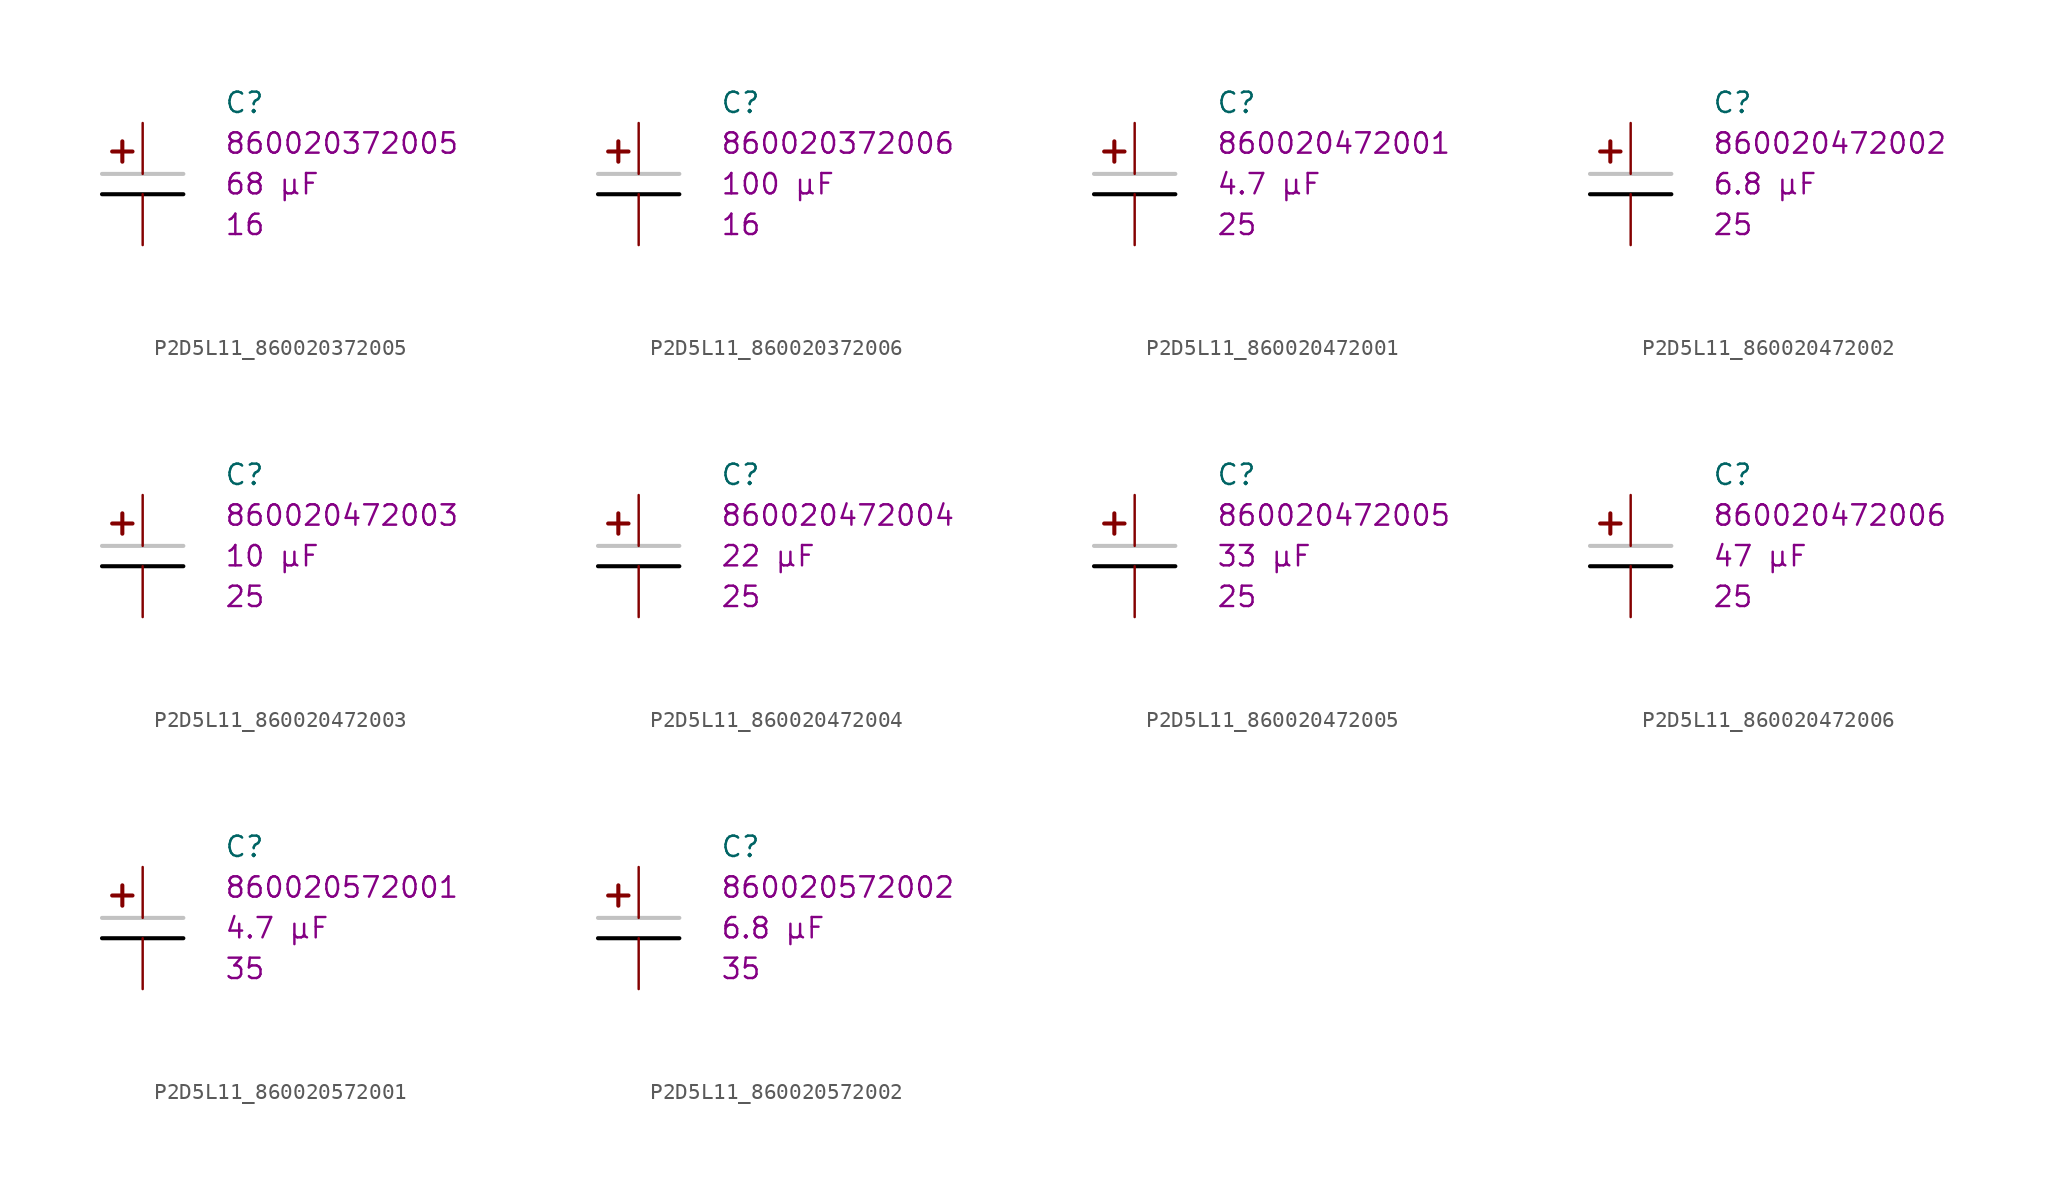
<source format=kicad_sym>
(kicad_symbol_lib
  (version 20220914)
  (generator kicad_symbol_editor)
  (symbol "P2D5L11_860020372005"
    (pin_numbers hide)
    (pin_names hide)
    (property "Reference" "C"
      (at 5.08 5.08 0)
      (effects (font (size 1.27 1.27)) (justify left)))
    (property "Part Number" "860020372005"
      (at 5.08 2.54 0)
      (effects (font (size 1.27 1.27)) (justify left)))
    (property "Capacitance" "68 µF"
      (at 5.08 0 0)
      (effects (font (size 1.27 1.27)) (justify left)))
    (property "Voltage" "16"
      (at 5.08 -2.54 0)
      (effects (font (size 1.27 1.27)) (justify left)))
    (property "Critical Parameter" ""
      (at 0 -7.62 0)
      (effects (font (size 1.27 1.27))))
    (symbol "P2D5L11_860020372005_1_1"
      (polyline (pts (xy -1.27 2.667) (xy -1.27 1.397)) (stroke (width 0.254) (type default)) (fill (type none)))
      (polyline (pts (xy -0.635 2.032) (xy -1.905 2.032)) (stroke (width 0.254) (type default)) (fill (type none)))
      (polyline (pts (xy 2.54 -0.635) (xy -2.54 -0.635)) (stroke (width 0.254) (type default) (color 0 0 0 1)) (fill (type none)))
      (polyline (pts (xy 2.54 0.635) (xy -2.54 0.635)) (stroke (width 0.254) (type default) (color 194 194 194 1)) (fill (type none)))
      (pin passive line (at 0 3.81 270) (length 3.175) (name "1" (effects (font (size 1.27 1.27)))) (number "1" (effects (font (size 1.27 1.27)))))
      (pin passive line (at 0 -3.81 90) (length 3.175) (name "2" (effects (font (size 1.27 1.27)))) (number "2" (effects (font (size 1.27 1.27)))))))
  (symbol "P2D5L11_860020372006"
    (pin_numbers hide)
    (pin_names hide)
    (property "Reference" "C"
      (at 5.08 5.08 0)
      (effects (font (size 1.27 1.27)) (justify left)))
    (property "Part Number" "860020372006"
      (at 5.08 2.54 0)
      (effects (font (size 1.27 1.27)) (justify left)))
    (property "Capacitance" "100 µF"
      (at 5.08 0 0)
      (effects (font (size 1.27 1.27)) (justify left)))
    (property "Voltage" "16"
      (at 5.08 -2.54 0)
      (effects (font (size 1.27 1.27)) (justify left)))
    (property "Critical Parameter" ""
      (at 0 -7.62 0)
      (effects (font (size 1.27 1.27))))
    (symbol "P2D5L11_860020372006_1_1"
      (polyline (pts (xy -1.27 2.667) (xy -1.27 1.397)) (stroke (width 0.254) (type default)) (fill (type none)))
      (polyline (pts (xy -0.635 2.032) (xy -1.905 2.032)) (stroke (width 0.254) (type default)) (fill (type none)))
      (polyline (pts (xy 2.54 -0.635) (xy -2.54 -0.635)) (stroke (width 0.254) (type default) (color 0 0 0 1)) (fill (type none)))
      (polyline (pts (xy 2.54 0.635) (xy -2.54 0.635)) (stroke (width 0.254) (type default) (color 194 194 194 1)) (fill (type none)))
      (pin passive line (at 0 3.81 270) (length 3.175) (name "1" (effects (font (size 1.27 1.27)))) (number "1" (effects (font (size 1.27 1.27)))))
      (pin passive line (at 0 -3.81 90) (length 3.175) (name "2" (effects (font (size 1.27 1.27)))) (number "2" (effects (font (size 1.27 1.27)))))))
  (symbol "P2D5L11_860020472001"
    (pin_numbers hide)
    (pin_names hide)
    (property "Reference" "C"
      (at 5.08 5.08 0)
      (effects (font (size 1.27 1.27)) (justify left)))
    (property "Part Number" "860020472001"
      (at 5.08 2.54 0)
      (effects (font (size 1.27 1.27)) (justify left)))
    (property "Capacitance" "4.7 µF"
      (at 5.08 0 0)
      (effects (font (size 1.27 1.27)) (justify left)))
    (property "Voltage" "25"
      (at 5.08 -2.54 0)
      (effects (font (size 1.27 1.27)) (justify left)))
    (property "Critical Parameter" ""
      (at 0 -7.62 0)
      (effects (font (size 1.27 1.27))))
    (symbol "P2D5L11_860020472001_1_1"
      (polyline (pts (xy -1.27 2.667) (xy -1.27 1.397)) (stroke (width 0.254) (type default)) (fill (type none)))
      (polyline (pts (xy -0.635 2.032) (xy -1.905 2.032)) (stroke (width 0.254) (type default)) (fill (type none)))
      (polyline (pts (xy 2.54 -0.635) (xy -2.54 -0.635)) (stroke (width 0.254) (type default) (color 0 0 0 1)) (fill (type none)))
      (polyline (pts (xy 2.54 0.635) (xy -2.54 0.635)) (stroke (width 0.254) (type default) (color 194 194 194 1)) (fill (type none)))
      (pin passive line (at 0 3.81 270) (length 3.175) (name "1" (effects (font (size 1.27 1.27)))) (number "1" (effects (font (size 1.27 1.27)))))
      (pin passive line (at 0 -3.81 90) (length 3.175) (name "2" (effects (font (size 1.27 1.27)))) (number "2" (effects (font (size 1.27 1.27)))))))
  (symbol "P2D5L11_860020472002"
    (pin_numbers hide)
    (pin_names hide)
    (property "Reference" "C"
      (at 5.08 5.08 0)
      (effects (font (size 1.27 1.27)) (justify left)))
    (property "Part Number" "860020472002"
      (at 5.08 2.54 0)
      (effects (font (size 1.27 1.27)) (justify left)))
    (property "Capacitance" "6.8 µF"
      (at 5.08 0 0)
      (effects (font (size 1.27 1.27)) (justify left)))
    (property "Voltage" "25"
      (at 5.08 -2.54 0)
      (effects (font (size 1.27 1.27)) (justify left)))
    (property "Critical Parameter" ""
      (at 0 -7.62 0)
      (effects (font (size 1.27 1.27))))
    (symbol "P2D5L11_860020472002_1_1"
      (polyline (pts (xy -1.27 2.667) (xy -1.27 1.397)) (stroke (width 0.254) (type default)) (fill (type none)))
      (polyline (pts (xy -0.635 2.032) (xy -1.905 2.032)) (stroke (width 0.254) (type default)) (fill (type none)))
      (polyline (pts (xy 2.54 -0.635) (xy -2.54 -0.635)) (stroke (width 0.254) (type default) (color 0 0 0 1)) (fill (type none)))
      (polyline (pts (xy 2.54 0.635) (xy -2.54 0.635)) (stroke (width 0.254) (type default) (color 194 194 194 1)) (fill (type none)))
      (pin passive line (at 0 3.81 270) (length 3.175) (name "1" (effects (font (size 1.27 1.27)))) (number "1" (effects (font (size 1.27 1.27)))))
      (pin passive line (at 0 -3.81 90) (length 3.175) (name "2" (effects (font (size 1.27 1.27)))) (number "2" (effects (font (size 1.27 1.27)))))))
  (symbol "P2D5L11_860020472003"
    (pin_numbers hide)
    (pin_names hide)
    (property "Reference" "C"
      (at 5.08 5.08 0)
      (effects (font (size 1.27 1.27)) (justify left)))
    (property "Part Number" "860020472003"
      (at 5.08 2.54 0)
      (effects (font (size 1.27 1.27)) (justify left)))
    (property "Capacitance" "10 µF"
      (at 5.08 0 0)
      (effects (font (size 1.27 1.27)) (justify left)))
    (property "Voltage" "25"
      (at 5.08 -2.54 0)
      (effects (font (size 1.27 1.27)) (justify left)))
    (property "Critical Parameter" ""
      (at 0 -7.62 0)
      (effects (font (size 1.27 1.27))))
    (symbol "P2D5L11_860020472003_1_1"
      (polyline (pts (xy -1.27 2.667) (xy -1.27 1.397)) (stroke (width 0.254) (type default)) (fill (type none)))
      (polyline (pts (xy -0.635 2.032) (xy -1.905 2.032)) (stroke (width 0.254) (type default)) (fill (type none)))
      (polyline (pts (xy 2.54 -0.635) (xy -2.54 -0.635)) (stroke (width 0.254) (type default) (color 0 0 0 1)) (fill (type none)))
      (polyline (pts (xy 2.54 0.635) (xy -2.54 0.635)) (stroke (width 0.254) (type default) (color 194 194 194 1)) (fill (type none)))
      (pin passive line (at 0 3.81 270) (length 3.175) (name "1" (effects (font (size 1.27 1.27)))) (number "1" (effects (font (size 1.27 1.27)))))
      (pin passive line (at 0 -3.81 90) (length 3.175) (name "2" (effects (font (size 1.27 1.27)))) (number "2" (effects (font (size 1.27 1.27)))))))
  (symbol "P2D5L11_860020472004"
    (pin_numbers hide)
    (pin_names hide)
    (property "Reference" "C"
      (at 5.08 5.08 0)
      (effects (font (size 1.27 1.27)) (justify left)))
    (property "Part Number" "860020472004"
      (at 5.08 2.54 0)
      (effects (font (size 1.27 1.27)) (justify left)))
    (property "Capacitance" "22 µF"
      (at 5.08 0 0)
      (effects (font (size 1.27 1.27)) (justify left)))
    (property "Voltage" "25"
      (at 5.08 -2.54 0)
      (effects (font (size 1.27 1.27)) (justify left)))
    (property "Critical Parameter" ""
      (at 0 -7.62 0)
      (effects (font (size 1.27 1.27))))
    (symbol "P2D5L11_860020472004_1_1"
      (polyline (pts (xy -1.27 2.667) (xy -1.27 1.397)) (stroke (width 0.254) (type default)) (fill (type none)))
      (polyline (pts (xy -0.635 2.032) (xy -1.905 2.032)) (stroke (width 0.254) (type default)) (fill (type none)))
      (polyline (pts (xy 2.54 -0.635) (xy -2.54 -0.635)) (stroke (width 0.254) (type default) (color 0 0 0 1)) (fill (type none)))
      (polyline (pts (xy 2.54 0.635) (xy -2.54 0.635)) (stroke (width 0.254) (type default) (color 194 194 194 1)) (fill (type none)))
      (pin passive line (at 0 3.81 270) (length 3.175) (name "1" (effects (font (size 1.27 1.27)))) (number "1" (effects (font (size 1.27 1.27)))))
      (pin passive line (at 0 -3.81 90) (length 3.175) (name "2" (effects (font (size 1.27 1.27)))) (number "2" (effects (font (size 1.27 1.27)))))))
  (symbol "P2D5L11_860020472005"
    (pin_numbers hide)
    (pin_names hide)
    (property "Reference" "C"
      (at 5.08 5.08 0)
      (effects (font (size 1.27 1.27)) (justify left)))
    (property "Part Number" "860020472005"
      (at 5.08 2.54 0)
      (effects (font (size 1.27 1.27)) (justify left)))
    (property "Capacitance" "33 µF"
      (at 5.08 0 0)
      (effects (font (size 1.27 1.27)) (justify left)))
    (property "Voltage" "25"
      (at 5.08 -2.54 0)
      (effects (font (size 1.27 1.27)) (justify left)))
    (property "Critical Parameter" ""
      (at 0 -7.62 0)
      (effects (font (size 1.27 1.27))))
    (symbol "P2D5L11_860020472005_1_1"
      (polyline (pts (xy -1.27 2.667) (xy -1.27 1.397)) (stroke (width 0.254) (type default)) (fill (type none)))
      (polyline (pts (xy -0.635 2.032) (xy -1.905 2.032)) (stroke (width 0.254) (type default)) (fill (type none)))
      (polyline (pts (xy 2.54 -0.635) (xy -2.54 -0.635)) (stroke (width 0.254) (type default) (color 0 0 0 1)) (fill (type none)))
      (polyline (pts (xy 2.54 0.635) (xy -2.54 0.635)) (stroke (width 0.254) (type default) (color 194 194 194 1)) (fill (type none)))
      (pin passive line (at 0 3.81 270) (length 3.175) (name "1" (effects (font (size 1.27 1.27)))) (number "1" (effects (font (size 1.27 1.27)))))
      (pin passive line (at 0 -3.81 90) (length 3.175) (name "2" (effects (font (size 1.27 1.27)))) (number "2" (effects (font (size 1.27 1.27)))))))
  (symbol "P2D5L11_860020472006"
    (pin_numbers hide)
    (pin_names hide)
    (property "Reference" "C"
      (at 5.08 5.08 0)
      (effects (font (size 1.27 1.27)) (justify left)))
    (property "Part Number" "860020472006"
      (at 5.08 2.54 0)
      (effects (font (size 1.27 1.27)) (justify left)))
    (property "Capacitance" "47 µF"
      (at 5.08 0 0)
      (effects (font (size 1.27 1.27)) (justify left)))
    (property "Voltage" "25"
      (at 5.08 -2.54 0)
      (effects (font (size 1.27 1.27)) (justify left)))
    (property "Critical Parameter" ""
      (at 0 -7.62 0)
      (effects (font (size 1.27 1.27))))
    (symbol "P2D5L11_860020472006_1_1"
      (polyline (pts (xy -1.27 2.667) (xy -1.27 1.397)) (stroke (width 0.254) (type default)) (fill (type none)))
      (polyline (pts (xy -0.635 2.032) (xy -1.905 2.032)) (stroke (width 0.254) (type default)) (fill (type none)))
      (polyline (pts (xy 2.54 -0.635) (xy -2.54 -0.635)) (stroke (width 0.254) (type default) (color 0 0 0 1)) (fill (type none)))
      (polyline (pts (xy 2.54 0.635) (xy -2.54 0.635)) (stroke (width 0.254) (type default) (color 194 194 194 1)) (fill (type none)))
      (pin passive line (at 0 3.81 270) (length 3.175) (name "1" (effects (font (size 1.27 1.27)))) (number "1" (effects (font (size 1.27 1.27)))))
      (pin passive line (at 0 -3.81 90) (length 3.175) (name "2" (effects (font (size 1.27 1.27)))) (number "2" (effects (font (size 1.27 1.27)))))))
  (symbol "P2D5L11_860020572001"
    (pin_numbers hide)
    (pin_names hide)
    (property "Reference" "C"
      (at 5.08 5.08 0)
      (effects (font (size 1.27 1.27)) (justify left)))
    (property "Part Number" "860020572001"
      (at 5.08 2.54 0)
      (effects (font (size 1.27 1.27)) (justify left)))
    (property "Capacitance" "4.7 µF"
      (at 5.08 0 0)
      (effects (font (size 1.27 1.27)) (justify left)))
    (property "Voltage" "35"
      (at 5.08 -2.54 0)
      (effects (font (size 1.27 1.27)) (justify left)))
    (property "Critical Parameter" ""
      (at 0 -7.62 0)
      (effects (font (size 1.27 1.27))))
    (symbol "P2D5L11_860020572001_1_1"
      (polyline (pts (xy -1.27 2.667) (xy -1.27 1.397)) (stroke (width 0.254) (type default)) (fill (type none)))
      (polyline (pts (xy -0.635 2.032) (xy -1.905 2.032)) (stroke (width 0.254) (type default)) (fill (type none)))
      (polyline (pts (xy 2.54 -0.635) (xy -2.54 -0.635)) (stroke (width 0.254) (type default) (color 0 0 0 1)) (fill (type none)))
      (polyline (pts (xy 2.54 0.635) (xy -2.54 0.635)) (stroke (width 0.254) (type default) (color 194 194 194 1)) (fill (type none)))
      (pin passive line (at 0 3.81 270) (length 3.175) (name "1" (effects (font (size 1.27 1.27)))) (number "1" (effects (font (size 1.27 1.27)))))
      (pin passive line (at 0 -3.81 90) (length 3.175) (name "2" (effects (font (size 1.27 1.27)))) (number "2" (effects (font (size 1.27 1.27)))))))
  (symbol "P2D5L11_860020572002"
    (pin_numbers hide)
    (pin_names hide)
    (property "Reference" "C"
      (at 5.08 5.08 0)
      (effects (font (size 1.27 1.27)) (justify left)))
    (property "Part Number" "860020572002"
      (at 5.08 2.54 0)
      (effects (font (size 1.27 1.27)) (justify left)))
    (property "Capacitance" "6.8 µF"
      (at 5.08 0 0)
      (effects (font (size 1.27 1.27)) (justify left)))
    (property "Voltage" "35"
      (at 5.08 -2.54 0)
      (effects (font (size 1.27 1.27)) (justify left)))
    (property "Critical Parameter" ""
      (at 0 -7.62 0)
      (effects (font (size 1.27 1.27))))
    (symbol "P2D5L11_860020572002_1_1"
      (polyline (pts (xy -1.27 2.667) (xy -1.27 1.397)) (stroke (width 0.254) (type default)) (fill (type none)))
      (polyline (pts (xy -0.635 2.032) (xy -1.905 2.032)) (stroke (width 0.254) (type default)) (fill (type none)))
      (polyline (pts (xy 2.54 -0.635) (xy -2.54 -0.635)) (stroke (width 0.254) (type default) (color 0 0 0 1)) (fill (type none)))
      (polyline (pts (xy 2.54 0.635) (xy -2.54 0.635)) (stroke (width 0.254) (type default) (color 194 194 194 1)) (fill (type none)))
      (pin passive line (at 0 3.81 270) (length 3.175) (name "1" (effects (font (size 1.27 1.27)))) (number "1" (effects (font (size 1.27 1.27)))))
      (pin passive line (at 0 -3.81 90) (length 3.175) (name "2" (effects (font (size 1.27 1.27)))) (number "2" (effects (font (size 1.27 1.27))))))))
</source>
